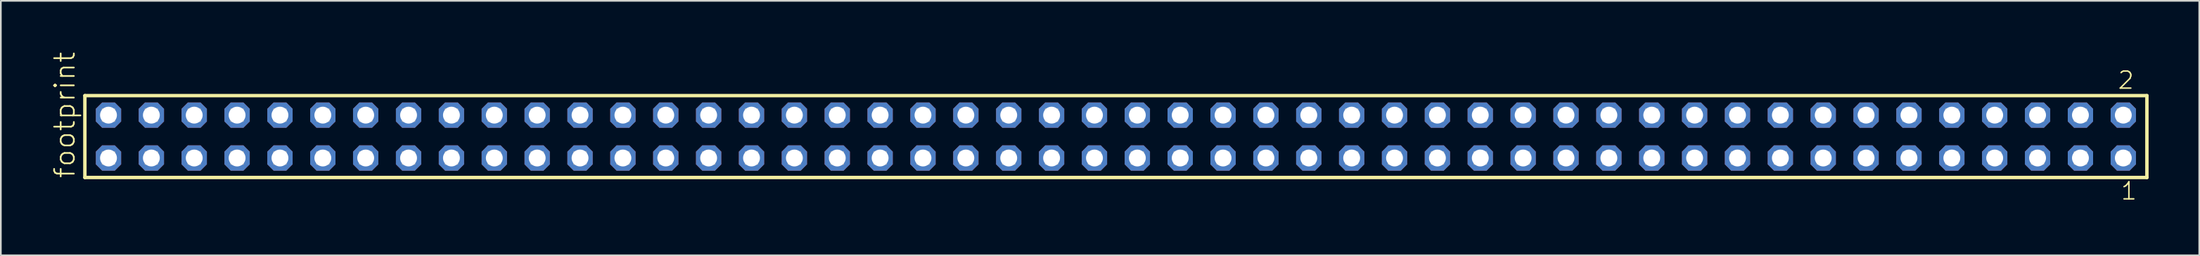
<source format=kicad_pcb>
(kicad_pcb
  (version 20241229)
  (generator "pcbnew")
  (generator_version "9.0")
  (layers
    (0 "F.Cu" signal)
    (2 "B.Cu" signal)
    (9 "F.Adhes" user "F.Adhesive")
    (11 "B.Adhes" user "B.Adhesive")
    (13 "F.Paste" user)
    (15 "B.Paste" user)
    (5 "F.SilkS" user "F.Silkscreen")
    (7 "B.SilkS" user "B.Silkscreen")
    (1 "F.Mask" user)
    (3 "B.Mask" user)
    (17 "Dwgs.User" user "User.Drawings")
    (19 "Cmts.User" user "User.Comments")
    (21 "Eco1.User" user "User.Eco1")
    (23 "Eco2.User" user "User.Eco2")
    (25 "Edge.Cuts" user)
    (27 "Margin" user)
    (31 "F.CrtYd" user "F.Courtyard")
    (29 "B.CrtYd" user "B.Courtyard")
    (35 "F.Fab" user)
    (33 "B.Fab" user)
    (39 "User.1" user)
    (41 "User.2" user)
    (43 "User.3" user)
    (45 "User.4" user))
  (footprint "footprint"
    (layer "F.Cu")
    (at 63.068 5.042)
    (property "Reference" "footprint" (at -61.595 2.54 90) (layer "F.SilkS") (effects (font (size 1.168 1.168) (thickness 0.102)) (justify left bottom)))
    (fp_line (start -61.089 -2.425) (end 61.089 -2.425) (stroke (width 0.203) (type solid)) (layer "F.SilkS"))
    (fp_line (start -61.089 2.425) (end -61.089 -2.425) (stroke (width 0.203) (type solid)) (layer "F.SilkS"))
    (fp_line (start 61.089 -2.425) (end 61.089 2.425) (stroke (width 0.203) (type solid)) (layer "F.SilkS"))
    (fp_line (start 61.089 2.425) (end -61.089 2.425) (stroke (width 0.203) (type solid)) (layer "F.SilkS"))
    (fp_poly (pts (xy -60.04 -0.92) (xy -59.34 -0.92) (xy -59.34 -1.62) (xy -60.04 -1.62)) (stroke (width 0.1) (type solid)) (fill no) (layer "F.Fab"))
    (fp_poly (pts (xy -60.04 1.62) (xy -59.34 1.62) (xy -59.34 0.92) (xy -60.04 0.92)) (stroke (width 0.1) (type solid)) (fill no) (layer "F.Fab"))
    (fp_poly (pts (xy -57.5 -0.92) (xy -56.8 -0.92) (xy -56.8 -1.62) (xy -57.5 -1.62)) (stroke (width 0.1) (type solid)) (fill no) (layer "F.Fab"))
    (fp_poly (pts (xy -57.5 1.62) (xy -56.8 1.62) (xy -56.8 0.92) (xy -57.5 0.92)) (stroke (width 0.1) (type solid)) (fill no) (layer "F.Fab"))
    (fp_poly (pts (xy -54.96 -0.92) (xy -54.26 -0.92) (xy -54.26 -1.62) (xy -54.96 -1.62)) (stroke (width 0.1) (type solid)) (fill no) (layer "F.Fab"))
    (fp_poly (pts (xy -54.96 1.62) (xy -54.26 1.62) (xy -54.26 0.92) (xy -54.96 0.92)) (stroke (width 0.1) (type solid)) (fill no) (layer "F.Fab"))
    (fp_poly (pts (xy -52.42 -0.92) (xy -51.72 -0.92) (xy -51.72 -1.62) (xy -52.42 -1.62)) (stroke (width 0.1) (type solid)) (fill no) (layer "F.Fab"))
    (fp_poly (pts (xy -52.42 1.62) (xy -51.72 1.62) (xy -51.72 0.92) (xy -52.42 0.92)) (stroke (width 0.1) (type solid)) (fill no) (layer "F.Fab"))
    (fp_poly (pts (xy -49.88 -0.92) (xy -49.18 -0.92) (xy -49.18 -1.62) (xy -49.88 -1.62)) (stroke (width 0.1) (type solid)) (fill no) (layer "F.Fab"))
    (fp_poly (pts (xy -49.88 1.62) (xy -49.18 1.62) (xy -49.18 0.92) (xy -49.88 0.92)) (stroke (width 0.1) (type solid)) (fill no) (layer "F.Fab"))
    (fp_poly (pts (xy -47.34 -0.92) (xy -46.64 -0.92) (xy -46.64 -1.62) (xy -47.34 -1.62)) (stroke (width 0.1) (type solid)) (fill no) (layer "F.Fab"))
    (fp_poly (pts (xy -47.34 1.62) (xy -46.64 1.62) (xy -46.64 0.92) (xy -47.34 0.92)) (stroke (width 0.1) (type solid)) (fill no) (layer "F.Fab"))
    (fp_poly (pts (xy -44.8 -0.92) (xy -44.1 -0.92) (xy -44.1 -1.62) (xy -44.8 -1.62)) (stroke (width 0.1) (type solid)) (fill no) (layer "F.Fab"))
    (fp_poly (pts (xy -44.8 1.62) (xy -44.1 1.62) (xy -44.1 0.92) (xy -44.8 0.92)) (stroke (width 0.1) (type solid)) (fill no) (layer "F.Fab"))
    (fp_poly (pts (xy -42.26 -0.92) (xy -41.56 -0.92) (xy -41.56 -1.62) (xy -42.26 -1.62)) (stroke (width 0.1) (type solid)) (fill no) (layer "F.Fab"))
    (fp_poly (pts (xy -42.26 1.62) (xy -41.56 1.62) (xy -41.56 0.92) (xy -42.26 0.92)) (stroke (width 0.1) (type solid)) (fill no) (layer "F.Fab"))
    (fp_poly (pts (xy -39.72 -0.92) (xy -39.02 -0.92) (xy -39.02 -1.62) (xy -39.72 -1.62)) (stroke (width 0.1) (type solid)) (fill no) (layer "F.Fab"))
    (fp_poly (pts (xy -39.72 1.62) (xy -39.02 1.62) (xy -39.02 0.92) (xy -39.72 0.92)) (stroke (width 0.1) (type solid)) (fill no) (layer "F.Fab"))
    (fp_poly (pts (xy -37.18 -0.92) (xy -36.48 -0.92) (xy -36.48 -1.62) (xy -37.18 -1.62)) (stroke (width 0.1) (type solid)) (fill no) (layer "F.Fab"))
    (fp_poly (pts (xy -37.18 1.62) (xy -36.48 1.62) (xy -36.48 0.92) (xy -37.18 0.92)) (stroke (width 0.1) (type solid)) (fill no) (layer "F.Fab"))
    (fp_poly (pts (xy -34.64 -0.92) (xy -33.94 -0.92) (xy -33.94 -1.62) (xy -34.64 -1.62)) (stroke (width 0.1) (type solid)) (fill no) (layer "F.Fab"))
    (fp_poly (pts (xy -34.64 1.62) (xy -33.94 1.62) (xy -33.94 0.92) (xy -34.64 0.92)) (stroke (width 0.1) (type solid)) (fill no) (layer "F.Fab"))
    (fp_poly (pts (xy -32.1 -0.92) (xy -31.4 -0.92) (xy -31.4 -1.62) (xy -32.1 -1.62)) (stroke (width 0.1) (type solid)) (fill no) (layer "F.Fab"))
    (fp_poly (pts (xy -32.1 1.62) (xy -31.4 1.62) (xy -31.4 0.92) (xy -32.1 0.92)) (stroke (width 0.1) (type solid)) (fill no) (layer "F.Fab"))
    (fp_poly (pts (xy -29.56 -0.92) (xy -28.86 -0.92) (xy -28.86 -1.62) (xy -29.56 -1.62)) (stroke (width 0.1) (type solid)) (fill no) (layer "F.Fab"))
    (fp_poly (pts (xy -29.56 1.62) (xy -28.86 1.62) (xy -28.86 0.92) (xy -29.56 0.92)) (stroke (width 0.1) (type solid)) (fill no) (layer "F.Fab"))
    (fp_poly (pts (xy -27.02 -0.92) (xy -26.32 -0.92) (xy -26.32 -1.62) (xy -27.02 -1.62)) (stroke (width 0.1) (type solid)) (fill no) (layer "F.Fab"))
    (fp_poly (pts (xy -27.02 1.62) (xy -26.32 1.62) (xy -26.32 0.92) (xy -27.02 0.92)) (stroke (width 0.1) (type solid)) (fill no) (layer "F.Fab"))
    (fp_poly (pts (xy -24.48 -0.92) (xy -23.78 -0.92) (xy -23.78 -1.62) (xy -24.48 -1.62)) (stroke (width 0.1) (type solid)) (fill no) (layer "F.Fab"))
    (fp_poly (pts (xy -24.48 1.62) (xy -23.78 1.62) (xy -23.78 0.92) (xy -24.48 0.92)) (stroke (width 0.1) (type solid)) (fill no) (layer "F.Fab"))
    (fp_poly (pts (xy -21.94 -0.92) (xy -21.24 -0.92) (xy -21.24 -1.62) (xy -21.94 -1.62)) (stroke (width 0.1) (type solid)) (fill no) (layer "F.Fab"))
    (fp_poly (pts (xy -21.94 1.62) (xy -21.24 1.62) (xy -21.24 0.92) (xy -21.94 0.92)) (stroke (width 0.1) (type solid)) (fill no) (layer "F.Fab"))
    (fp_poly (pts (xy -19.4 -0.92) (xy -18.7 -0.92) (xy -18.7 -1.62) (xy -19.4 -1.62)) (stroke (width 0.1) (type solid)) (fill no) (layer "F.Fab"))
    (fp_poly (pts (xy -19.4 1.62) (xy -18.7 1.62) (xy -18.7 0.92) (xy -19.4 0.92)) (stroke (width 0.1) (type solid)) (fill no) (layer "F.Fab"))
    (fp_poly (pts (xy -16.86 -0.92) (xy -16.16 -0.92) (xy -16.16 -1.62) (xy -16.86 -1.62)) (stroke (width 0.1) (type solid)) (fill no) (layer "F.Fab"))
    (fp_poly (pts (xy -16.86 1.62) (xy -16.16 1.62) (xy -16.16 0.92) (xy -16.86 0.92)) (stroke (width 0.1) (type solid)) (fill no) (layer "F.Fab"))
    (fp_poly (pts (xy -14.32 -0.92) (xy -13.62 -0.92) (xy -13.62 -1.62) (xy -14.32 -1.62)) (stroke (width 0.1) (type solid)) (fill no) (layer "F.Fab"))
    (fp_poly (pts (xy -14.32 1.62) (xy -13.62 1.62) (xy -13.62 0.92) (xy -14.32 0.92)) (stroke (width 0.1) (type solid)) (fill no) (layer "F.Fab"))
    (fp_poly (pts (xy -11.78 -0.92) (xy -11.08 -0.92) (xy -11.08 -1.62) (xy -11.78 -1.62)) (stroke (width 0.1) (type solid)) (fill no) (layer "F.Fab"))
    (fp_poly (pts (xy -11.78 1.62) (xy -11.08 1.62) (xy -11.08 0.92) (xy -11.78 0.92)) (stroke (width 0.1) (type solid)) (fill no) (layer "F.Fab"))
    (fp_poly (pts (xy -9.24 -0.92) (xy -8.54 -0.92) (xy -8.54 -1.62) (xy -9.24 -1.62)) (stroke (width 0.1) (type solid)) (fill no) (layer "F.Fab"))
    (fp_poly (pts (xy -9.24 1.62) (xy -8.54 1.62) (xy -8.54 0.92) (xy -9.24 0.92)) (stroke (width 0.1) (type solid)) (fill no) (layer "F.Fab"))
    (fp_poly (pts (xy -6.7 -0.92) (xy -6 -0.92) (xy -6 -1.62) (xy -6.7 -1.62)) (stroke (width 0.1) (type solid)) (fill no) (layer "F.Fab"))
    (fp_poly (pts (xy -6.7 1.62) (xy -6 1.62) (xy -6 0.92) (xy -6.7 0.92)) (stroke (width 0.1) (type solid)) (fill no) (layer "F.Fab"))
    (fp_poly (pts (xy -4.16 -0.92) (xy -3.46 -0.92) (xy -3.46 -1.62) (xy -4.16 -1.62)) (stroke (width 0.1) (type solid)) (fill no) (layer "F.Fab"))
    (fp_poly (pts (xy -4.16 1.62) (xy -3.46 1.62) (xy -3.46 0.92) (xy -4.16 0.92)) (stroke (width 0.1) (type solid)) (fill no) (layer "F.Fab"))
    (fp_poly (pts (xy -1.62 -0.92) (xy -0.92 -0.92) (xy -0.92 -1.62) (xy -1.62 -1.62)) (stroke (width 0.1) (type solid)) (fill no) (layer "F.Fab"))
    (fp_poly (pts (xy -1.62 1.62) (xy -0.92 1.62) (xy -0.92 0.92) (xy -1.62 0.92)) (stroke (width 0.1) (type solid)) (fill no) (layer "F.Fab"))
    (fp_poly (pts (xy 0.92 -0.92) (xy 1.62 -0.92) (xy 1.62 -1.62) (xy 0.92 -1.62)) (stroke (width 0.1) (type solid)) (fill no) (layer "F.Fab"))
    (fp_poly (pts (xy 0.92 1.62) (xy 1.62 1.62) (xy 1.62 0.92) (xy 0.92 0.92)) (stroke (width 0.1) (type solid)) (fill no) (layer "F.Fab"))
    (fp_poly (pts (xy 3.46 -0.92) (xy 4.16 -0.92) (xy 4.16 -1.62) (xy 3.46 -1.62)) (stroke (width 0.1) (type solid)) (fill no) (layer "F.Fab"))
    (fp_poly (pts (xy 3.46 1.62) (xy 4.16 1.62) (xy 4.16 0.92) (xy 3.46 0.92)) (stroke (width 0.1) (type solid)) (fill no) (layer "F.Fab"))
    (fp_poly (pts (xy 6 -0.92) (xy 6.7 -0.92) (xy 6.7 -1.62) (xy 6 -1.62)) (stroke (width 0.1) (type solid)) (fill no) (layer "F.Fab"))
    (fp_poly (pts (xy 6 1.62) (xy 6.7 1.62) (xy 6.7 0.92) (xy 6 0.92)) (stroke (width 0.1) (type solid)) (fill no) (layer "F.Fab"))
    (fp_poly (pts (xy 8.54 -0.92) (xy 9.24 -0.92) (xy 9.24 -1.62) (xy 8.54 -1.62)) (stroke (width 0.1) (type solid)) (fill no) (layer "F.Fab"))
    (fp_poly (pts (xy 8.54 1.62) (xy 9.24 1.62) (xy 9.24 0.92) (xy 8.54 0.92)) (stroke (width 0.1) (type solid)) (fill no) (layer "F.Fab"))
    (fp_poly (pts (xy 11.08 -0.92) (xy 11.78 -0.92) (xy 11.78 -1.62) (xy 11.08 -1.62)) (stroke (width 0.1) (type solid)) (fill no) (layer "F.Fab"))
    (fp_poly (pts (xy 11.08 1.62) (xy 11.78 1.62) (xy 11.78 0.92) (xy 11.08 0.92)) (stroke (width 0.1) (type solid)) (fill no) (layer "F.Fab"))
    (fp_poly (pts (xy 13.62 -0.92) (xy 14.32 -0.92) (xy 14.32 -1.62) (xy 13.62 -1.62)) (stroke (width 0.1) (type solid)) (fill no) (layer "F.Fab"))
    (fp_poly (pts (xy 13.62 1.62) (xy 14.32 1.62) (xy 14.32 0.92) (xy 13.62 0.92)) (stroke (width 0.1) (type solid)) (fill no) (layer "F.Fab"))
    (fp_poly (pts (xy 16.16 -0.92) (xy 16.86 -0.92) (xy 16.86 -1.62) (xy 16.16 -1.62)) (stroke (width 0.1) (type solid)) (fill no) (layer "F.Fab"))
    (fp_poly (pts (xy 16.16 1.62) (xy 16.86 1.62) (xy 16.86 0.92) (xy 16.16 0.92)) (stroke (width 0.1) (type solid)) (fill no) (layer "F.Fab"))
    (fp_poly (pts (xy 18.7 -0.92) (xy 19.4 -0.92) (xy 19.4 -1.62) (xy 18.7 -1.62)) (stroke (width 0.1) (type solid)) (fill no) (layer "F.Fab"))
    (fp_poly (pts (xy 18.7 1.62) (xy 19.4 1.62) (xy 19.4 0.92) (xy 18.7 0.92)) (stroke (width 0.1) (type solid)) (fill no) (layer "F.Fab"))
    (fp_poly (pts (xy 21.24 -0.92) (xy 21.94 -0.92) (xy 21.94 -1.62) (xy 21.24 -1.62)) (stroke (width 0.1) (type solid)) (fill no) (layer "F.Fab"))
    (fp_poly (pts (xy 21.24 1.62) (xy 21.94 1.62) (xy 21.94 0.92) (xy 21.24 0.92)) (stroke (width 0.1) (type solid)) (fill no) (layer "F.Fab"))
    (fp_poly (pts (xy 23.78 -0.92) (xy 24.48 -0.92) (xy 24.48 -1.62) (xy 23.78 -1.62)) (stroke (width 0.1) (type solid)) (fill no) (layer "F.Fab"))
    (fp_poly (pts (xy 23.78 1.62) (xy 24.48 1.62) (xy 24.48 0.92) (xy 23.78 0.92)) (stroke (width 0.1) (type solid)) (fill no) (layer "F.Fab"))
    (fp_poly (pts (xy 26.32 -0.92) (xy 27.02 -0.92) (xy 27.02 -1.62) (xy 26.32 -1.62)) (stroke (width 0.1) (type solid)) (fill no) (layer "F.Fab"))
    (fp_poly (pts (xy 26.32 1.62) (xy 27.02 1.62) (xy 27.02 0.92) (xy 26.32 0.92)) (stroke (width 0.1) (type solid)) (fill no) (layer "F.Fab"))
    (fp_poly (pts (xy 28.86 -0.92) (xy 29.56 -0.92) (xy 29.56 -1.62) (xy 28.86 -1.62)) (stroke (width 0.1) (type solid)) (fill no) (layer "F.Fab"))
    (fp_poly (pts (xy 28.86 1.62) (xy 29.56 1.62) (xy 29.56 0.92) (xy 28.86 0.92)) (stroke (width 0.1) (type solid)) (fill no) (layer "F.Fab"))
    (fp_poly (pts (xy 31.4 -0.92) (xy 32.1 -0.92) (xy 32.1 -1.62) (xy 31.4 -1.62)) (stroke (width 0.1) (type solid)) (fill no) (layer "F.Fab"))
    (fp_poly (pts (xy 31.4 1.62) (xy 32.1 1.62) (xy 32.1 0.92) (xy 31.4 0.92)) (stroke (width 0.1) (type solid)) (fill no) (layer "F.Fab"))
    (fp_poly (pts (xy 33.94 -0.92) (xy 34.64 -0.92) (xy 34.64 -1.62) (xy 33.94 -1.62)) (stroke (width 0.1) (type solid)) (fill no) (layer "F.Fab"))
    (fp_poly (pts (xy 33.94 1.62) (xy 34.64 1.62) (xy 34.64 0.92) (xy 33.94 0.92)) (stroke (width 0.1) (type solid)) (fill no) (layer "F.Fab"))
    (fp_poly (pts (xy 36.48 -0.92) (xy 37.18 -0.92) (xy 37.18 -1.62) (xy 36.48 -1.62)) (stroke (width 0.1) (type solid)) (fill no) (layer "F.Fab"))
    (fp_poly (pts (xy 36.48 1.62) (xy 37.18 1.62) (xy 37.18 0.92) (xy 36.48 0.92)) (stroke (width 0.1) (type solid)) (fill no) (layer "F.Fab"))
    (fp_poly (pts (xy 39.02 -0.92) (xy 39.72 -0.92) (xy 39.72 -1.62) (xy 39.02 -1.62)) (stroke (width 0.1) (type solid)) (fill no) (layer "F.Fab"))
    (fp_poly (pts (xy 39.02 1.62) (xy 39.72 1.62) (xy 39.72 0.92) (xy 39.02 0.92)) (stroke (width 0.1) (type solid)) (fill no) (layer "F.Fab"))
    (fp_poly (pts (xy 41.56 -0.92) (xy 42.26 -0.92) (xy 42.26 -1.62) (xy 41.56 -1.62)) (stroke (width 0.1) (type solid)) (fill no) (layer "F.Fab"))
    (fp_poly (pts (xy 41.56 1.62) (xy 42.26 1.62) (xy 42.26 0.92) (xy 41.56 0.92)) (stroke (width 0.1) (type solid)) (fill no) (layer "F.Fab"))
    (fp_poly (pts (xy 44.1 -0.92) (xy 44.8 -0.92) (xy 44.8 -1.62) (xy 44.1 -1.62)) (stroke (width 0.1) (type solid)) (fill no) (layer "F.Fab"))
    (fp_poly (pts (xy 44.1 1.62) (xy 44.8 1.62) (xy 44.8 0.92) (xy 44.1 0.92)) (stroke (width 0.1) (type solid)) (fill no) (layer "F.Fab"))
    (fp_poly (pts (xy 46.64 -0.92) (xy 47.34 -0.92) (xy 47.34 -1.62) (xy 46.64 -1.62)) (stroke (width 0.1) (type solid)) (fill no) (layer "F.Fab"))
    (fp_poly (pts (xy 46.64 1.62) (xy 47.34 1.62) (xy 47.34 0.92) (xy 46.64 0.92)) (stroke (width 0.1) (type solid)) (fill no) (layer "F.Fab"))
    (fp_poly (pts (xy 49.18 -0.92) (xy 49.88 -0.92) (xy 49.88 -1.62) (xy 49.18 -1.62)) (stroke (width 0.1) (type solid)) (fill no) (layer "F.Fab"))
    (fp_poly (pts (xy 49.18 1.62) (xy 49.88 1.62) (xy 49.88 0.92) (xy 49.18 0.92)) (stroke (width 0.1) (type solid)) (fill no) (layer "F.Fab"))
    (fp_poly (pts (xy 51.72 -0.92) (xy 52.42 -0.92) (xy 52.42 -1.62) (xy 51.72 -1.62)) (stroke (width 0.1) (type solid)) (fill no) (layer "F.Fab"))
    (fp_poly (pts (xy 51.72 1.62) (xy 52.42 1.62) (xy 52.42 0.92) (xy 51.72 0.92)) (stroke (width 0.1) (type solid)) (fill no) (layer "F.Fab"))
    (fp_poly (pts (xy 54.26 -0.92) (xy 54.96 -0.92) (xy 54.96 -1.62) (xy 54.26 -1.62)) (stroke (width 0.1) (type solid)) (fill no) (layer "F.Fab"))
    (fp_poly (pts (xy 54.26 1.62) (xy 54.96 1.62) (xy 54.96 0.92) (xy 54.26 0.92)) (stroke (width 0.1) (type solid)) (fill no) (layer "F.Fab"))
    (fp_poly (pts (xy 56.8 -0.92) (xy 57.5 -0.92) (xy 57.5 -1.62) (xy 56.8 -1.62)) (stroke (width 0.1) (type solid)) (fill no) (layer "F.Fab"))
    (fp_poly (pts (xy 56.8 1.62) (xy 57.5 1.62) (xy 57.5 0.92) (xy 56.8 0.92)) (stroke (width 0.1) (type solid)) (fill no) (layer "F.Fab"))
    (fp_poly (pts (xy 59.34 -0.92) (xy 60.04 -0.92) (xy 60.04 -1.62) (xy 59.34 -1.62)) (stroke (width 0.1) (type solid)) (fill no) (layer "F.Fab"))
    (fp_poly (pts (xy 59.34 1.62) (xy 60.04 1.62) (xy 60.04 0.92) (xy 59.34 0.92)) (stroke (width 0.1) (type solid)) (fill no) (layer "F.Fab"))
    (fp_text user "1" (at 59.482 3.818 0) (layer "F.SilkS") (effects (font (size 1.012 1.012) (thickness 0.088)) (justify left bottom)))
    (fp_text user "2" (at 59.307 -2.744 0) (layer "F.SilkS") (effects (font (size 1.012 1.012) (thickness 0.088)) (justify left bottom)))
    (pad "1" thru_hole roundrect (at 59.69 1.27 180) (size 1.5 1.5) (drill 1) (layers "*.Cu" "*.Mask") (roundrect_rratio 0.25) (chamfer_ratio 0.25) (chamfer top_left top_right bottom_left bottom_right))
    (pad "2" thru_hole roundrect (at 59.69 -1.27 180) (size 1.5 1.5) (drill 1) (layers "*.Cu" "*.Mask") (roundrect_rratio 0.25) (chamfer_ratio 0.25) (chamfer top_left top_right bottom_left bottom_right))
    (pad "3" thru_hole roundrect (at 57.15 1.27 180) (size 1.5 1.5) (drill 1) (layers "*.Cu" "*.Mask") (roundrect_rratio 0.25) (chamfer_ratio 0.25) (chamfer top_left top_right bottom_left bottom_right))
    (pad "4" thru_hole roundrect (at 57.15 -1.27 180) (size 1.5 1.5) (drill 1) (layers "*.Cu" "*.Mask") (roundrect_rratio 0.25) (chamfer_ratio 0.25) (chamfer top_left top_right bottom_left bottom_right))
    (pad "5" thru_hole roundrect (at 54.61 1.27 180) (size 1.5 1.5) (drill 1) (layers "*.Cu" "*.Mask") (roundrect_rratio 0.25) (chamfer_ratio 0.25) (chamfer top_left top_right bottom_left bottom_right))
    (pad "6" thru_hole roundrect (at 54.61 -1.27 180) (size 1.5 1.5) (drill 1) (layers "*.Cu" "*.Mask") (roundrect_rratio 0.25) (chamfer_ratio 0.25) (chamfer top_left top_right bottom_left bottom_right))
    (pad "7" thru_hole roundrect (at 52.07 1.27 180) (size 1.5 1.5) (drill 1) (layers "*.Cu" "*.Mask") (roundrect_rratio 0.25) (chamfer_ratio 0.25) (chamfer top_left top_right bottom_left bottom_right))
    (pad "8" thru_hole roundrect (at 52.07 -1.27 180) (size 1.5 1.5) (drill 1) (layers "*.Cu" "*.Mask") (roundrect_rratio 0.25) (chamfer_ratio 0.25) (chamfer top_left top_right bottom_left bottom_right))
    (pad "9" thru_hole roundrect (at 49.53 1.27 180) (size 1.5 1.5) (drill 1) (layers "*.Cu" "*.Mask") (roundrect_rratio 0.25) (chamfer_ratio 0.25) (chamfer top_left top_right bottom_left bottom_right))
    (pad "10" thru_hole roundrect (at 49.53 -1.27 180) (size 1.5 1.5) (drill 1) (layers "*.Cu" "*.Mask") (roundrect_rratio 0.25) (chamfer_ratio 0.25) (chamfer top_left top_right bottom_left bottom_right))
    (pad "11" thru_hole roundrect (at 46.99 1.27 180) (size 1.5 1.5) (drill 1) (layers "*.Cu" "*.Mask") (roundrect_rratio 0.25) (chamfer_ratio 0.25) (chamfer top_left top_right bottom_left bottom_right))
    (pad "12" thru_hole roundrect (at 46.99 -1.27 180) (size 1.5 1.5) (drill 1) (layers "*.Cu" "*.Mask") (roundrect_rratio 0.25) (chamfer_ratio 0.25) (chamfer top_left top_right bottom_left bottom_right))
    (pad "13" thru_hole roundrect (at 44.45 1.27 180) (size 1.5 1.5) (drill 1) (layers "*.Cu" "*.Mask") (roundrect_rratio 0.25) (chamfer_ratio 0.25) (chamfer top_left top_right bottom_left bottom_right))
    (pad "14" thru_hole roundrect (at 44.45 -1.27 180) (size 1.5 1.5) (drill 1) (layers "*.Cu" "*.Mask") (roundrect_rratio 0.25) (chamfer_ratio 0.25) (chamfer top_left top_right bottom_left bottom_right))
    (pad "15" thru_hole roundrect (at 41.91 1.27 180) (size 1.5 1.5) (drill 1) (layers "*.Cu" "*.Mask") (roundrect_rratio 0.25) (chamfer_ratio 0.25) (chamfer top_left top_right bottom_left bottom_right))
    (pad "16" thru_hole roundrect (at 41.91 -1.27 180) (size 1.5 1.5) (drill 1) (layers "*.Cu" "*.Mask") (roundrect_rratio 0.25) (chamfer_ratio 0.25) (chamfer top_left top_right bottom_left bottom_right))
    (pad "17" thru_hole roundrect (at 39.37 1.27 180) (size 1.5 1.5) (drill 1) (layers "*.Cu" "*.Mask") (roundrect_rratio 0.25) (chamfer_ratio 0.25) (chamfer top_left top_right bottom_left bottom_right))
    (pad "18" thru_hole roundrect (at 39.37 -1.27 180) (size 1.5 1.5) (drill 1) (layers "*.Cu" "*.Mask") (roundrect_rratio 0.25) (chamfer_ratio 0.25) (chamfer top_left top_right bottom_left bottom_right))
    (pad "19" thru_hole roundrect (at 36.83 1.27 180) (size 1.5 1.5) (drill 1) (layers "*.Cu" "*.Mask") (roundrect_rratio 0.25) (chamfer_ratio 0.25) (chamfer top_left top_right bottom_left bottom_right))
    (pad "20" thru_hole roundrect (at 36.83 -1.27 180) (size 1.5 1.5) (drill 1) (layers "*.Cu" "*.Mask") (roundrect_rratio 0.25) (chamfer_ratio 0.25) (chamfer top_left top_right bottom_left bottom_right))
    (pad "21" thru_hole roundrect (at 34.29 1.27 180) (size 1.5 1.5) (drill 1) (layers "*.Cu" "*.Mask") (roundrect_rratio 0.25) (chamfer_ratio 0.25) (chamfer top_left top_right bottom_left bottom_right))
    (pad "22" thru_hole roundrect (at 34.29 -1.27 180) (size 1.5 1.5) (drill 1) (layers "*.Cu" "*.Mask") (roundrect_rratio 0.25) (chamfer_ratio 0.25) (chamfer top_left top_right bottom_left bottom_right))
    (pad "23" thru_hole roundrect (at 31.75 1.27 180) (size 1.5 1.5) (drill 1) (layers "*.Cu" "*.Mask") (roundrect_rratio 0.25) (chamfer_ratio 0.25) (chamfer top_left top_right bottom_left bottom_right))
    (pad "24" thru_hole roundrect (at 31.75 -1.27 180) (size 1.5 1.5) (drill 1) (layers "*.Cu" "*.Mask") (roundrect_rratio 0.25) (chamfer_ratio 0.25) (chamfer top_left top_right bottom_left bottom_right))
    (pad "25" thru_hole roundrect (at 29.21 1.27 180) (size 1.5 1.5) (drill 1) (layers "*.Cu" "*.Mask") (roundrect_rratio 0.25) (chamfer_ratio 0.25) (chamfer top_left top_right bottom_left bottom_right))
    (pad "26" thru_hole roundrect (at 29.21 -1.27 180) (size 1.5 1.5) (drill 1) (layers "*.Cu" "*.Mask") (roundrect_rratio 0.25) (chamfer_ratio 0.25) (chamfer top_left top_right bottom_left bottom_right))
    (pad "27" thru_hole roundrect (at 26.67 1.27 180) (size 1.5 1.5) (drill 1) (layers "*.Cu" "*.Mask") (roundrect_rratio 0.25) (chamfer_ratio 0.25) (chamfer top_left top_right bottom_left bottom_right))
    (pad "28" thru_hole roundrect (at 26.67 -1.27 180) (size 1.5 1.5) (drill 1) (layers "*.Cu" "*.Mask") (roundrect_rratio 0.25) (chamfer_ratio 0.25) (chamfer top_left top_right bottom_left bottom_right))
    (pad "29" thru_hole roundrect (at 24.13 1.27 180) (size 1.5 1.5) (drill 1) (layers "*.Cu" "*.Mask") (roundrect_rratio 0.25) (chamfer_ratio 0.25) (chamfer top_left top_right bottom_left bottom_right))
    (pad "30" thru_hole roundrect (at 24.13 -1.27 180) (size 1.5 1.5) (drill 1) (layers "*.Cu" "*.Mask") (roundrect_rratio 0.25) (chamfer_ratio 0.25) (chamfer top_left top_right bottom_left bottom_right))
    (pad "31" thru_hole roundrect (at 21.59 1.27 180) (size 1.5 1.5) (drill 1) (layers "*.Cu" "*.Mask") (roundrect_rratio 0.25) (chamfer_ratio 0.25) (chamfer top_left top_right bottom_left bottom_right))
    (pad "32" thru_hole roundrect (at 21.59 -1.27 180) (size 1.5 1.5) (drill 1) (layers "*.Cu" "*.Mask") (roundrect_rratio 0.25) (chamfer_ratio 0.25) (chamfer top_left top_right bottom_left bottom_right))
    (pad "33" thru_hole roundrect (at 19.05 1.27 180) (size 1.5 1.5) (drill 1) (layers "*.Cu" "*.Mask") (roundrect_rratio 0.25) (chamfer_ratio 0.25) (chamfer top_left top_right bottom_left bottom_right))
    (pad "34" thru_hole roundrect (at 19.05 -1.27 180) (size 1.5 1.5) (drill 1) (layers "*.Cu" "*.Mask") (roundrect_rratio 0.25) (chamfer_ratio 0.25) (chamfer top_left top_right bottom_left bottom_right))
    (pad "35" thru_hole roundrect (at 16.51 1.27 180) (size 1.5 1.5) (drill 1) (layers "*.Cu" "*.Mask") (roundrect_rratio 0.25) (chamfer_ratio 0.25) (chamfer top_left top_right bottom_left bottom_right))
    (pad "36" thru_hole roundrect (at 16.51 -1.27 180) (size 1.5 1.5) (drill 1) (layers "*.Cu" "*.Mask") (roundrect_rratio 0.25) (chamfer_ratio 0.25) (chamfer top_left top_right bottom_left bottom_right))
    (pad "37" thru_hole roundrect (at 13.97 1.27 180) (size 1.5 1.5) (drill 1) (layers "*.Cu" "*.Mask") (roundrect_rratio 0.25) (chamfer_ratio 0.25) (chamfer top_left top_right bottom_left bottom_right))
    (pad "38" thru_hole roundrect (at 13.97 -1.27 180) (size 1.5 1.5) (drill 1) (layers "*.Cu" "*.Mask") (roundrect_rratio 0.25) (chamfer_ratio 0.25) (chamfer top_left top_right bottom_left bottom_right))
    (pad "39" thru_hole roundrect (at 11.43 1.27 180) (size 1.5 1.5) (drill 1) (layers "*.Cu" "*.Mask") (roundrect_rratio 0.25) (chamfer_ratio 0.25) (chamfer top_left top_right bottom_left bottom_right))
    (pad "40" thru_hole roundrect (at 11.43 -1.27 180) (size 1.5 1.5) (drill 1) (layers "*.Cu" "*.Mask") (roundrect_rratio 0.25) (chamfer_ratio 0.25) (chamfer top_left top_right bottom_left bottom_right))
    (pad "41" thru_hole roundrect (at 8.89 1.27 180) (size 1.5 1.5) (drill 1) (layers "*.Cu" "*.Mask") (roundrect_rratio 0.25) (chamfer_ratio 0.25) (chamfer top_left top_right bottom_left bottom_right))
    (pad "42" thru_hole roundrect (at 8.89 -1.27 180) (size 1.5 1.5) (drill 1) (layers "*.Cu" "*.Mask") (roundrect_rratio 0.25) (chamfer_ratio 0.25) (chamfer top_left top_right bottom_left bottom_right))
    (pad "43" thru_hole roundrect (at 6.35 1.27 180) (size 1.5 1.5) (drill 1) (layers "*.Cu" "*.Mask") (roundrect_rratio 0.25) (chamfer_ratio 0.25) (chamfer top_left top_right bottom_left bottom_right))
    (pad "44" thru_hole roundrect (at 6.35 -1.27 180) (size 1.5 1.5) (drill 1) (layers "*.Cu" "*.Mask") (roundrect_rratio 0.25) (chamfer_ratio 0.25) (chamfer top_left top_right bottom_left bottom_right))
    (pad "45" thru_hole roundrect (at 3.81 1.27 180) (size 1.5 1.5) (drill 1) (layers "*.Cu" "*.Mask") (roundrect_rratio 0.25) (chamfer_ratio 0.25) (chamfer top_left top_right bottom_left bottom_right))
    (pad "46" thru_hole roundrect (at 3.81 -1.27 180) (size 1.5 1.5) (drill 1) (layers "*.Cu" "*.Mask") (roundrect_rratio 0.25) (chamfer_ratio 0.25) (chamfer top_left top_right bottom_left bottom_right))
    (pad "47" thru_hole roundrect (at 1.27 1.27 180) (size 1.5 1.5) (drill 1) (layers "*.Cu" "*.Mask") (roundrect_rratio 0.25) (chamfer_ratio 0.25) (chamfer top_left top_right bottom_left bottom_right))
    (pad "48" thru_hole roundrect (at 1.27 -1.27 180) (size 1.5 1.5) (drill 1) (layers "*.Cu" "*.Mask") (roundrect_rratio 0.25) (chamfer_ratio 0.25) (chamfer top_left top_right bottom_left bottom_right))
    (pad "49" thru_hole roundrect (at -1.27 1.27 180) (size 1.5 1.5) (drill 1) (layers "*.Cu" "*.Mask") (roundrect_rratio 0.25) (chamfer_ratio 0.25) (chamfer top_left top_right bottom_left bottom_right))
    (pad "50" thru_hole roundrect (at -1.27 -1.27 180) (size 1.5 1.5) (drill 1) (layers "*.Cu" "*.Mask") (roundrect_rratio 0.25) (chamfer_ratio 0.25) (chamfer top_left top_right bottom_left bottom_right))
    (pad "51" thru_hole roundrect (at -3.81 1.27 180) (size 1.5 1.5) (drill 1) (layers "*.Cu" "*.Mask") (roundrect_rratio 0.25) (chamfer_ratio 0.25) (chamfer top_left top_right bottom_left bottom_right))
    (pad "52" thru_hole roundrect (at -3.81 -1.27 180) (size 1.5 1.5) (drill 1) (layers "*.Cu" "*.Mask") (roundrect_rratio 0.25) (chamfer_ratio 0.25) (chamfer top_left top_right bottom_left bottom_right))
    (pad "53" thru_hole roundrect (at -6.35 1.27 180) (size 1.5 1.5) (drill 1) (layers "*.Cu" "*.Mask") (roundrect_rratio 0.25) (chamfer_ratio 0.25) (chamfer top_left top_right bottom_left bottom_right))
    (pad "54" thru_hole roundrect (at -6.35 -1.27 180) (size 1.5 1.5) (drill 1) (layers "*.Cu" "*.Mask") (roundrect_rratio 0.25) (chamfer_ratio 0.25) (chamfer top_left top_right bottom_left bottom_right))
    (pad "55" thru_hole roundrect (at -8.89 1.27 180) (size 1.5 1.5) (drill 1) (layers "*.Cu" "*.Mask") (roundrect_rratio 0.25) (chamfer_ratio 0.25) (chamfer top_left top_right bottom_left bottom_right))
    (pad "56" thru_hole roundrect (at -8.89 -1.27 180) (size 1.5 1.5) (drill 1) (layers "*.Cu" "*.Mask") (roundrect_rratio 0.25) (chamfer_ratio 0.25) (chamfer top_left top_right bottom_left bottom_right))
    (pad "57" thru_hole roundrect (at -11.43 1.27 180) (size 1.5 1.5) (drill 1) (layers "*.Cu" "*.Mask") (roundrect_rratio 0.25) (chamfer_ratio 0.25) (chamfer top_left top_right bottom_left bottom_right))
    (pad "58" thru_hole roundrect (at -11.43 -1.27 180) (size 1.5 1.5) (drill 1) (layers "*.Cu" "*.Mask") (roundrect_rratio 0.25) (chamfer_ratio 0.25) (chamfer top_left top_right bottom_left bottom_right))
    (pad "59" thru_hole roundrect (at -13.97 1.27 180) (size 1.5 1.5) (drill 1) (layers "*.Cu" "*.Mask") (roundrect_rratio 0.25) (chamfer_ratio 0.25) (chamfer top_left top_right bottom_left bottom_right))
    (pad "60" thru_hole roundrect (at -13.97 -1.27 180) (size 1.5 1.5) (drill 1) (layers "*.Cu" "*.Mask") (roundrect_rratio 0.25) (chamfer_ratio 0.25) (chamfer top_left top_right bottom_left bottom_right))
    (pad "61" thru_hole roundrect (at -16.51 1.27 180) (size 1.5 1.5) (drill 1) (layers "*.Cu" "*.Mask") (roundrect_rratio 0.25) (chamfer_ratio 0.25) (chamfer top_left top_right bottom_left bottom_right))
    (pad "62" thru_hole roundrect (at -16.51 -1.27 180) (size 1.5 1.5) (drill 1) (layers "*.Cu" "*.Mask") (roundrect_rratio 0.25) (chamfer_ratio 0.25) (chamfer top_left top_right bottom_left bottom_right))
    (pad "63" thru_hole roundrect (at -19.05 1.27 180) (size 1.5 1.5) (drill 1) (layers "*.Cu" "*.Mask") (roundrect_rratio 0.25) (chamfer_ratio 0.25) (chamfer top_left top_right bottom_left bottom_right))
    (pad "64" thru_hole roundrect (at -19.05 -1.27 180) (size 1.5 1.5) (drill 1) (layers "*.Cu" "*.Mask") (roundrect_rratio 0.25) (chamfer_ratio 0.25) (chamfer top_left top_right bottom_left bottom_right))
    (pad "65" thru_hole roundrect (at -21.59 1.27 180) (size 1.5 1.5) (drill 1) (layers "*.Cu" "*.Mask") (roundrect_rratio 0.25) (chamfer_ratio 0.25) (chamfer top_left top_right bottom_left bottom_right))
    (pad "66" thru_hole roundrect (at -21.59 -1.27 180) (size 1.5 1.5) (drill 1) (layers "*.Cu" "*.Mask") (roundrect_rratio 0.25) (chamfer_ratio 0.25) (chamfer top_left top_right bottom_left bottom_right))
    (pad "67" thru_hole roundrect (at -24.13 1.27 180) (size 1.5 1.5) (drill 1) (layers "*.Cu" "*.Mask") (roundrect_rratio 0.25) (chamfer_ratio 0.25) (chamfer top_left top_right bottom_left bottom_right))
    (pad "68" thru_hole roundrect (at -24.13 -1.27 180) (size 1.5 1.5) (drill 1) (layers "*.Cu" "*.Mask") (roundrect_rratio 0.25) (chamfer_ratio 0.25) (chamfer top_left top_right bottom_left bottom_right))
    (pad "69" thru_hole roundrect (at -26.67 1.27 180) (size 1.5 1.5) (drill 1) (layers "*.Cu" "*.Mask") (roundrect_rratio 0.25) (chamfer_ratio 0.25) (chamfer top_left top_right bottom_left bottom_right))
    (pad "70" thru_hole roundrect (at -26.67 -1.27 180) (size 1.5 1.5) (drill 1) (layers "*.Cu" "*.Mask") (roundrect_rratio 0.25) (chamfer_ratio 0.25) (chamfer top_left top_right bottom_left bottom_right))
    (pad "71" thru_hole roundrect (at -29.21 1.27 180) (size 1.5 1.5) (drill 1) (layers "*.Cu" "*.Mask") (roundrect_rratio 0.25) (chamfer_ratio 0.25) (chamfer top_left top_right bottom_left bottom_right))
    (pad "72" thru_hole roundrect (at -29.21 -1.27 180) (size 1.5 1.5) (drill 1) (layers "*.Cu" "*.Mask") (roundrect_rratio 0.25) (chamfer_ratio 0.25) (chamfer top_left top_right bottom_left bottom_right))
    (pad "73" thru_hole roundrect (at -31.75 1.27 180) (size 1.5 1.5) (drill 1) (layers "*.Cu" "*.Mask") (roundrect_rratio 0.25) (chamfer_ratio 0.25) (chamfer top_left top_right bottom_left bottom_right))
    (pad "74" thru_hole roundrect (at -31.75 -1.27 180) (size 1.5 1.5) (drill 1) (layers "*.Cu" "*.Mask") (roundrect_rratio 0.25) (chamfer_ratio 0.25) (chamfer top_left top_right bottom_left bottom_right))
    (pad "75" thru_hole roundrect (at -34.29 1.27 180) (size 1.5 1.5) (drill 1) (layers "*.Cu" "*.Mask") (roundrect_rratio 0.25) (chamfer_ratio 0.25) (chamfer top_left top_right bottom_left bottom_right))
    (pad "76" thru_hole roundrect (at -34.29 -1.27 180) (size 1.5 1.5) (drill 1) (layers "*.Cu" "*.Mask") (roundrect_rratio 0.25) (chamfer_ratio 0.25) (chamfer top_left top_right bottom_left bottom_right))
    (pad "77" thru_hole roundrect (at -36.83 1.27 180) (size 1.5 1.5) (drill 1) (layers "*.Cu" "*.Mask") (roundrect_rratio 0.25) (chamfer_ratio 0.25) (chamfer top_left top_right bottom_left bottom_right))
    (pad "78" thru_hole roundrect (at -36.83 -1.27 180) (size 1.5 1.5) (drill 1) (layers "*.Cu" "*.Mask") (roundrect_rratio 0.25) (chamfer_ratio 0.25) (chamfer top_left top_right bottom_left bottom_right))
    (pad "79" thru_hole roundrect (at -39.37 1.27 180) (size 1.5 1.5) (drill 1) (layers "*.Cu" "*.Mask") (roundrect_rratio 0.25) (chamfer_ratio 0.25) (chamfer top_left top_right bottom_left bottom_right))
    (pad "80" thru_hole roundrect (at -39.37 -1.27 180) (size 1.5 1.5) (drill 1) (layers "*.Cu" "*.Mask") (roundrect_rratio 0.25) (chamfer_ratio 0.25) (chamfer top_left top_right bottom_left bottom_right))
    (pad "81" thru_hole roundrect (at -41.91 1.27 180) (size 1.5 1.5) (drill 1) (layers "*.Cu" "*.Mask") (roundrect_rratio 0.25) (chamfer_ratio 0.25) (chamfer top_left top_right bottom_left bottom_right))
    (pad "82" thru_hole roundrect (at -41.91 -1.27 180) (size 1.5 1.5) (drill 1) (layers "*.Cu" "*.Mask") (roundrect_rratio 0.25) (chamfer_ratio 0.25) (chamfer top_left top_right bottom_left bottom_right))
    (pad "83" thru_hole roundrect (at -44.45 1.27 180) (size 1.5 1.5) (drill 1) (layers "*.Cu" "*.Mask") (roundrect_rratio 0.25) (chamfer_ratio 0.25) (chamfer top_left top_right bottom_left bottom_right))
    (pad "84" thru_hole roundrect (at -44.45 -1.27 180) (size 1.5 1.5) (drill 1) (layers "*.Cu" "*.Mask") (roundrect_rratio 0.25) (chamfer_ratio 0.25) (chamfer top_left top_right bottom_left bottom_right))
    (pad "85" thru_hole roundrect (at -46.99 1.27 180) (size 1.5 1.5) (drill 1) (layers "*.Cu" "*.Mask") (roundrect_rratio 0.25) (chamfer_ratio 0.25) (chamfer top_left top_right bottom_left bottom_right))
    (pad "86" thru_hole roundrect (at -46.99 -1.27 180) (size 1.5 1.5) (drill 1) (layers "*.Cu" "*.Mask") (roundrect_rratio 0.25) (chamfer_ratio 0.25) (chamfer top_left top_right bottom_left bottom_right))
    (pad "87" thru_hole roundrect (at -49.53 1.27 180) (size 1.5 1.5) (drill 1) (layers "*.Cu" "*.Mask") (roundrect_rratio 0.25) (chamfer_ratio 0.25) (chamfer top_left top_right bottom_left bottom_right))
    (pad "88" thru_hole roundrect (at -49.53 -1.27 180) (size 1.5 1.5) (drill 1) (layers "*.Cu" "*.Mask") (roundrect_rratio 0.25) (chamfer_ratio 0.25) (chamfer top_left top_right bottom_left bottom_right))
    (pad "89" thru_hole roundrect (at -52.07 1.27 180) (size 1.5 1.5) (drill 1) (layers "*.Cu" "*.Mask") (roundrect_rratio 0.25) (chamfer_ratio 0.25) (chamfer top_left top_right bottom_left bottom_right))
    (pad "90" thru_hole roundrect (at -52.07 -1.27 180) (size 1.5 1.5) (drill 1) (layers "*.Cu" "*.Mask") (roundrect_rratio 0.25) (chamfer_ratio 0.25) (chamfer top_left top_right bottom_left bottom_right))
    (pad "91" thru_hole roundrect (at -54.61 1.27 180) (size 1.5 1.5) (drill 1) (layers "*.Cu" "*.Mask") (roundrect_rratio 0.25) (chamfer_ratio 0.25) (chamfer top_left top_right bottom_left bottom_right))
    (pad "92" thru_hole roundrect (at -54.61 -1.27 180) (size 1.5 1.5) (drill 1) (layers "*.Cu" "*.Mask") (roundrect_rratio 0.25) (chamfer_ratio 0.25) (chamfer top_left top_right bottom_left bottom_right))
    (pad "93" thru_hole roundrect (at -57.15 1.27 180) (size 1.5 1.5) (drill 1) (layers "*.Cu" "*.Mask") (roundrect_rratio 0.25) (chamfer_ratio 0.25) (chamfer top_left top_right bottom_left bottom_right))
    (pad "94" thru_hole roundrect (at -57.15 -1.27 180) (size 1.5 1.5) (drill 1) (layers "*.Cu" "*.Mask") (roundrect_rratio 0.25) (chamfer_ratio 0.25) (chamfer top_left top_right bottom_left bottom_right))
    (pad "95" thru_hole roundrect (at -59.69 1.27 180) (size 1.5 1.5) (drill 1) (layers "*.Cu" "*.Mask") (roundrect_rratio 0.25) (chamfer_ratio 0.25) (chamfer top_left top_right bottom_left bottom_right))
    (pad "96" thru_hole roundrect (at -59.69 -1.27 180) (size 1.5 1.5) (drill 1) (layers "*.Cu" "*.Mask") (roundrect_rratio 0.25) (chamfer_ratio 0.25) (chamfer top_left top_right bottom_left bottom_right)))
  (gr_rect
    (start -3 -3)
    (end 127.259 12.077)
    (stroke (width 0.1) (type default))
    (fill no)
    (layer "Edge.Cuts")))
</source>
